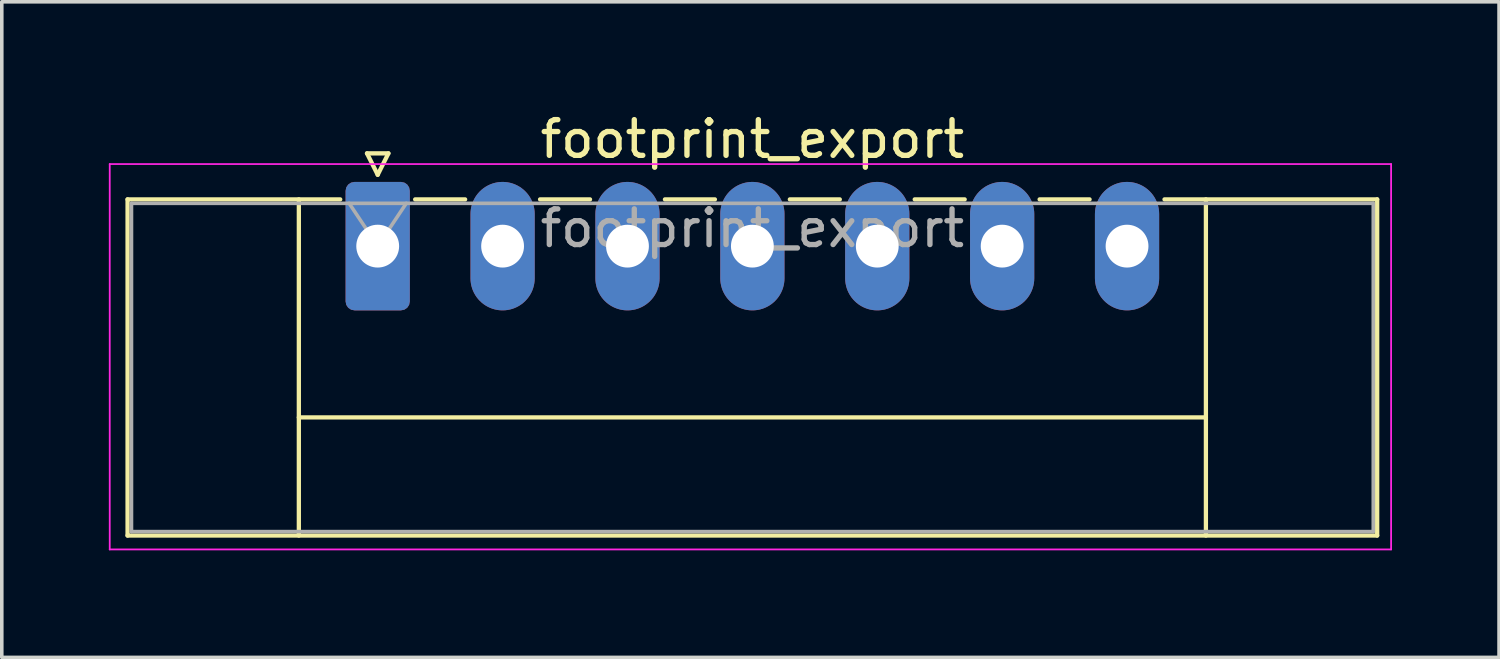
<source format=kicad_pcb>
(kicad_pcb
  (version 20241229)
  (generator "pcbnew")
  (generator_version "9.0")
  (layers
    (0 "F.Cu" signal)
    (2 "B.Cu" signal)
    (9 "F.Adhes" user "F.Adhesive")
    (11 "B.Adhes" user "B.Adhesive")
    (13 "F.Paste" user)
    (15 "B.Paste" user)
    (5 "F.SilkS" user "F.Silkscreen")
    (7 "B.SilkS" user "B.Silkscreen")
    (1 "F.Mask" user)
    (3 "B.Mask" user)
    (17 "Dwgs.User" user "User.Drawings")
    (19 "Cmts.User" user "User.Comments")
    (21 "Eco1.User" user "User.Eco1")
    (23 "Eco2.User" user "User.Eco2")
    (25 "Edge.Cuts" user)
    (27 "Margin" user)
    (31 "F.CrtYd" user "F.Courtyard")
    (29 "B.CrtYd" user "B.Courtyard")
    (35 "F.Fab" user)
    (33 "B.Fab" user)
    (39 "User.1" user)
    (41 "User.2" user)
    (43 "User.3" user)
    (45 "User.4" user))
  (footprint "footprint_export"
    (layer "F.Cu")
    (at 7.535 3.848)
    (property "Reference" "footprint_export" (at 10.5 -3 0) (layer "F.SilkS") (effects (font (size 1 1) (thickness 0.15))))
    (attr through_hole)
    (fp_line (start -7.01 -1.31) (end -7.01 8.11) (stroke (width 0.12) (type solid)) (layer "F.SilkS"))
    (fp_line (start -7.01 -1.31) (end -1.05 -1.31) (stroke (width 0.12) (type solid)) (layer "F.SilkS"))
    (fp_line (start -7.01 8.11) (end 28.01 8.11) (stroke (width 0.12) (type solid)) (layer "F.SilkS"))
    (fp_line (start -2.21 -1.31) (end -2.21 8.11) (stroke (width 0.12) (type solid)) (layer "F.SilkS"))
    (fp_line (start -2.21 4.8) (end 23.21 4.8) (stroke (width 0.12) (type solid)) (layer "F.SilkS"))
    (fp_line (start -0.3 -2.6) (end 0.3 -2.6) (stroke (width 0.12) (type solid)) (layer "F.SilkS"))
    (fp_line (start 0 -2) (end -0.3 -2.6) (stroke (width 0.12) (type solid)) (layer "F.SilkS"))
    (fp_line (start 0.3 -2.6) (end 0 -2) (stroke (width 0.12) (type solid)) (layer "F.SilkS"))
    (fp_line (start 1.05 -1.31) (end 2.45 -1.31) (stroke (width 0.12) (type solid)) (layer "F.SilkS"))
    (fp_line (start 4.55 -1.31) (end 5.95 -1.31) (stroke (width 0.12) (type solid)) (layer "F.SilkS"))
    (fp_line (start 8.05 -1.31) (end 9.45 -1.31) (stroke (width 0.12) (type solid)) (layer "F.SilkS"))
    (fp_line (start 11.55 -1.31) (end 12.95 -1.31) (stroke (width 0.12) (type solid)) (layer "F.SilkS"))
    (fp_line (start 15.05 -1.31) (end 16.45 -1.31) (stroke (width 0.12) (type solid)) (layer "F.SilkS"))
    (fp_line (start 18.55 -1.31) (end 19.95 -1.31) (stroke (width 0.12) (type solid)) (layer "F.SilkS"))
    (fp_line (start 23.21 -1.31) (end 23.21 8.11) (stroke (width 0.12) (type solid)) (layer "F.SilkS"))
    (fp_line (start 28.01 -1.31) (end 22.05 -1.31) (stroke (width 0.12) (type solid)) (layer "F.SilkS"))
    (fp_line (start 28.01 8.11) (end 28.01 -1.31) (stroke (width 0.12) (type solid)) (layer "F.SilkS"))
    (fp_line (start -7.51 -2.3) (end -7.51 8.5) (stroke (width 0.05) (type solid)) (layer "F.CrtYd"))
    (fp_line (start -7.51 8.5) (end 28.4 8.5) (stroke (width 0.05) (type solid)) (layer "F.CrtYd"))
    (fp_line (start 28.4 -2.3) (end -7.51 -2.3) (stroke (width 0.05) (type solid)) (layer "F.CrtYd"))
    (fp_line (start 28.4 8.5) (end 28.4 -2.3) (stroke (width 0.05) (type solid)) (layer "F.CrtYd"))
    (fp_line (start -6.9 -1.2) (end -6.9 8) (stroke (width 0.1) (type solid)) (layer "F.Fab"))
    (fp_line (start -6.9 8) (end 27.9 8) (stroke (width 0.1) (type solid)) (layer "F.Fab"))
    (fp_line (start 0 0) (end -0.8 -1.2) (stroke (width 0.1) (type solid)) (layer "F.Fab"))
    (fp_line (start 0.8 -1.2) (end 0 0) (stroke (width 0.1) (type solid)) (layer "F.Fab"))
    (fp_line (start 27.9 -1.2) (end -6.9 -1.2) (stroke (width 0.1) (type solid)) (layer "F.Fab"))
    (fp_line (start 27.9 8) (end 27.9 -1.2) (stroke (width 0.1) (type solid)) (layer "F.Fab"))
    (fp_text user "${REFERENCE}" (at 10.5 -0.5 0) (layer "F.Fab") (effects (font (size 1 1) (thickness 0.15))))
    (pad "1" thru_hole roundrect (at 0 0) (size 1.8 3.6) (drill 1.2) (layers "*.Cu" "*.Mask") (roundrect_rratio 0.139))
    (pad "2" thru_hole oval (at 3.5 0) (size 1.8 3.6) (drill 1.2) (layers "*.Cu" "*.Mask"))
    (pad "3" thru_hole oval (at 7 0) (size 1.8 3.6) (drill 1.2) (layers "*.Cu" "*.Mask"))
    (pad "4" thru_hole oval (at 10.5 0) (size 1.8 3.6) (drill 1.2) (layers "*.Cu" "*.Mask"))
    (pad "5" thru_hole oval (at 14 0) (size 1.8 3.6) (drill 1.2) (layers "*.Cu" "*.Mask"))
    (pad "6" thru_hole oval (at 17.5 0) (size 1.8 3.6) (drill 1.2) (layers "*.Cu" "*.Mask"))
    (pad "7" thru_hole oval (at 21 0) (size 1.8 3.6) (drill 1.2) (layers "*.Cu" "*.Mask")))
  (gr_rect
    (start -3 -3)
    (end 38.96 15.373)
    (stroke (width 0.1) (type default))
    (fill no)
    (layer "Edge.Cuts")))
</source>
